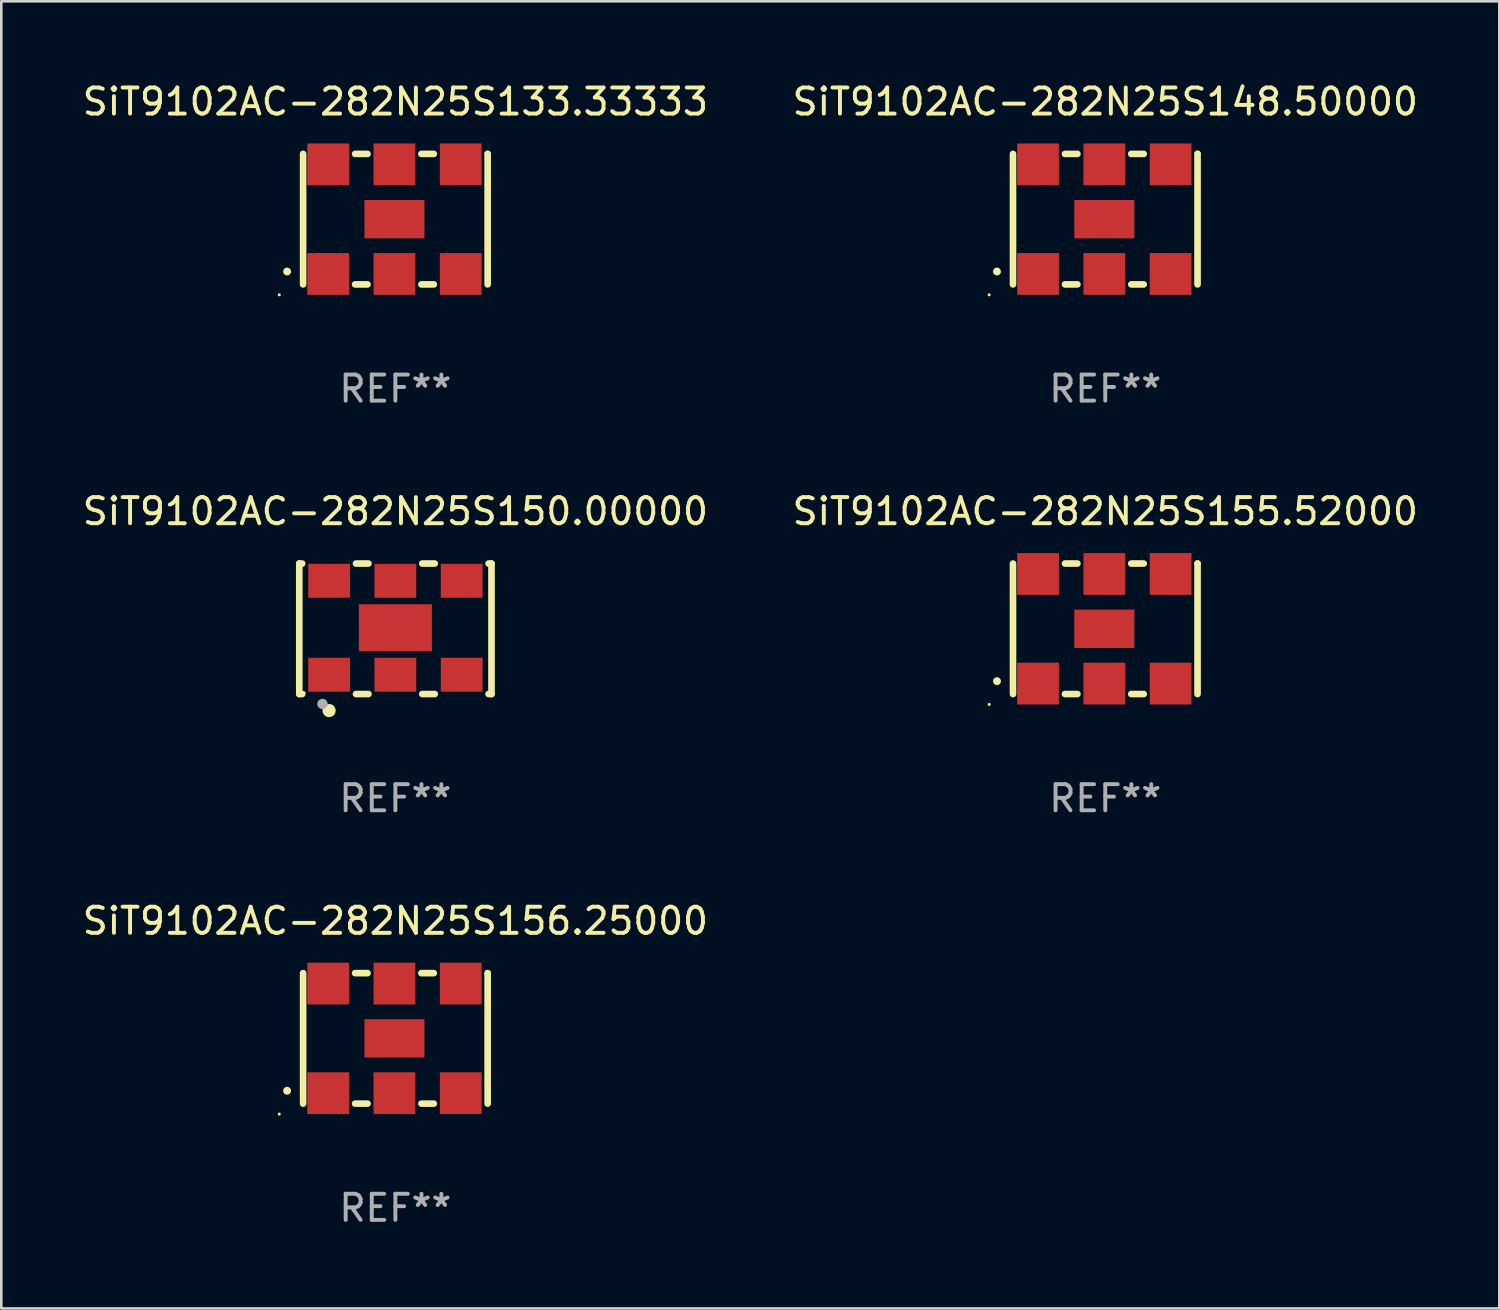
<source format=kicad_pcb>
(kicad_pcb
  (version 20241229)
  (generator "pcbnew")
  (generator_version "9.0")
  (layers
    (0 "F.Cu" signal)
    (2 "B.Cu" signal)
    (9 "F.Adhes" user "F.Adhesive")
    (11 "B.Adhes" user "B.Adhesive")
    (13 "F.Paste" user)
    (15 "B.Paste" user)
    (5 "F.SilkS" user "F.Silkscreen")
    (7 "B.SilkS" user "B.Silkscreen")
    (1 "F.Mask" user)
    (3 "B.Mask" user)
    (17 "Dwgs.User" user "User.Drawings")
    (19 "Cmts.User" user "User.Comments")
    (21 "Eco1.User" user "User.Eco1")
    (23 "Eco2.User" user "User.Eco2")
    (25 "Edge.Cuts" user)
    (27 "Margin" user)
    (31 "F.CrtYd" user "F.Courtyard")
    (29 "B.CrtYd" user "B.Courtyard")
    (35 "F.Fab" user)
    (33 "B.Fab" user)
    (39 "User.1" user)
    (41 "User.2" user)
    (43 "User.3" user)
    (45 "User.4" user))
  (footprint "SiT9102AC-282N25S156.25000"
    (layer "F.Cu")
    (at 12.101 36.741)
    (property "Reference" "SiT9102AC-282N25S156.25000" (at 0 -4.5 0) (layer "F.SilkS") (effects (font (size 1 1) (thickness 0.15))))
    (attr through_hole)
    (fp_line (start -3.536 -2.5) (end -3.536 2.5) (stroke (width 0.254) (type solid)) (layer "F.SilkS"))
    (fp_line (start -1.544 2.5) (end -1.067 2.5) (stroke (width 0.254) (type solid)) (layer "F.SilkS"))
    (fp_line (start -1.067 -2.5) (end -1.544 -2.5) (stroke (width 0.254) (type solid)) (layer "F.SilkS"))
    (fp_line (start 0.996 2.5) (end 1.473 2.5) (stroke (width 0.254) (type solid)) (layer "F.SilkS"))
    (fp_line (start 1.473 -2.5) (end 0.996 -2.5) (stroke (width 0.254) (type solid)) (layer "F.SilkS"))
    (fp_line (start 3.536 -2.5) (end 3.536 -2.5) (stroke (width 0.254) (type solid)) (layer "F.SilkS"))
    (fp_line (start 3.536 2.5) (end 3.536 -2.5) (stroke (width 0.254) (type solid)) (layer "F.SilkS"))
    (fp_arc (start -4.150432 2.006604) (mid -4.149162 2.006599) (end -4.147892 2.006604) (stroke (width 0.3) (type solid)) (layer "F.SilkS"))
    (fp_circle (center -4.449 2.9) (end -4.419 2.9) (stroke (width 0.06) (type solid)) (fill no) (layer "F.SilkS"))
    (fp_text user "REF**" (at 0 6.5 0) (layer "F.Fab") (effects (font (size 1 1) (thickness 0.15))))
    (pad "1" smd rect (at -2.576 2.1) (size 1.6 1.6) (layers "F.Cu" "F.Mask" "F.Paste"))
    (pad "2" smd rect (at -0.036 2.1) (size 1.6 1.6) (layers "F.Cu" "F.Mask" "F.Paste"))
    (pad "3" smd rect (at 2.504 2.1) (size 1.6 1.6) (layers "F.Cu" "F.Mask" "F.Paste"))
    (pad "4" smd rect (at 2.504 -2.1) (size 1.6 1.6) (layers "F.Cu" "F.Mask" "F.Paste"))
    (pad "5" smd rect (at -0.036 -2.1) (size 1.6 1.6) (layers "F.Cu" "F.Mask" "F.Paste"))
    (pad "6" smd rect (at -2.576 -2.1) (size 1.6 1.6) (layers "F.Cu" "F.Mask" "F.Paste"))
    (pad "7" smd rect (at -0.036 0) (size 2.3 1.47) (layers "F.Cu" "F.Mask" "F.Paste")))
  (footprint "SiT9102AC-282N25S133.33333"
    (layer "F.Cu")
    (at 12.101 5.348)
    (property "Reference" "SiT9102AC-282N25S133.33333" (at 0 -4.5 0) (layer "F.SilkS") (effects (font (size 1 1) (thickness 0.15))))
    (attr through_hole)
    (fp_line (start -3.536 -2.5) (end -3.536 2.5) (stroke (width 0.254) (type solid)) (layer "F.SilkS"))
    (fp_line (start -1.544 2.5) (end -1.067 2.5) (stroke (width 0.254) (type solid)) (layer "F.SilkS"))
    (fp_line (start -1.067 -2.5) (end -1.544 -2.5) (stroke (width 0.254) (type solid)) (layer "F.SilkS"))
    (fp_line (start 0.996 2.5) (end 1.473 2.5) (stroke (width 0.254) (type solid)) (layer "F.SilkS"))
    (fp_line (start 1.473 -2.5) (end 0.996 -2.5) (stroke (width 0.254) (type solid)) (layer "F.SilkS"))
    (fp_line (start 3.536 -2.5) (end 3.536 -2.5) (stroke (width 0.254) (type solid)) (layer "F.SilkS"))
    (fp_line (start 3.536 2.5) (end 3.536 -2.5) (stroke (width 0.254) (type solid)) (layer "F.SilkS"))
    (fp_arc (start -4.150432 2.006604) (mid -4.149162 2.006599) (end -4.147892 2.006604) (stroke (width 0.3) (type solid)) (layer "F.SilkS"))
    (fp_circle (center -4.449 2.9) (end -4.419 2.9) (stroke (width 0.06) (type solid)) (fill no) (layer "F.SilkS"))
    (fp_text user "REF**" (at 0 6.5 0) (layer "F.Fab") (effects (font (size 1 1) (thickness 0.15))))
    (pad "1" smd rect (at -2.576 2.1) (size 1.6 1.6) (layers "F.Cu" "F.Mask" "F.Paste"))
    (pad "2" smd rect (at -0.036 2.1) (size 1.6 1.6) (layers "F.Cu" "F.Mask" "F.Paste"))
    (pad "3" smd rect (at 2.504 2.1) (size 1.6 1.6) (layers "F.Cu" "F.Mask" "F.Paste"))
    (pad "4" smd rect (at 2.504 -2.1) (size 1.6 1.6) (layers "F.Cu" "F.Mask" "F.Paste"))
    (pad "5" smd rect (at -0.036 -2.1) (size 1.6 1.6) (layers "F.Cu" "F.Mask" "F.Paste"))
    (pad "6" smd rect (at -2.576 -2.1) (size 1.6 1.6) (layers "F.Cu" "F.Mask" "F.Paste"))
    (pad "7" smd rect (at -0.036 0) (size 2.3 1.47) (layers "F.Cu" "F.Mask" "F.Paste")))
  (footprint "SiT9102AC-282N25S155.52000"
    (layer "F.Cu")
    (at 39.304 21.045)
    (property "Reference" "SiT9102AC-282N25S155.52000" (at 0 -4.5 0) (layer "F.SilkS") (effects (font (size 1 1) (thickness 0.15))))
    (attr through_hole)
    (fp_line (start -3.536 -2.5) (end -3.536 2.5) (stroke (width 0.254) (type solid)) (layer "F.SilkS"))
    (fp_line (start -1.544 2.5) (end -1.067 2.5) (stroke (width 0.254) (type solid)) (layer "F.SilkS"))
    (fp_line (start -1.067 -2.5) (end -1.544 -2.5) (stroke (width 0.254) (type solid)) (layer "F.SilkS"))
    (fp_line (start 0.996 2.5) (end 1.473 2.5) (stroke (width 0.254) (type solid)) (layer "F.SilkS"))
    (fp_line (start 1.473 -2.5) (end 0.996 -2.5) (stroke (width 0.254) (type solid)) (layer "F.SilkS"))
    (fp_line (start 3.536 -2.5) (end 3.536 -2.5) (stroke (width 0.254) (type solid)) (layer "F.SilkS"))
    (fp_line (start 3.536 2.5) (end 3.536 -2.5) (stroke (width 0.254) (type solid)) (layer "F.SilkS"))
    (fp_arc (start -4.150432 2.006604) (mid -4.149162 2.006599) (end -4.147892 2.006604) (stroke (width 0.3) (type solid)) (layer "F.SilkS"))
    (fp_circle (center -4.449 2.9) (end -4.419 2.9) (stroke (width 0.06) (type solid)) (fill no) (layer "F.SilkS"))
    (fp_text user "REF**" (at 0 6.5 0) (layer "F.Fab") (effects (font (size 1 1) (thickness 0.15))))
    (pad "1" smd rect (at -2.576 2.1) (size 1.6 1.6) (layers "F.Cu" "F.Mask" "F.Paste"))
    (pad "2" smd rect (at -0.036 2.1) (size 1.6 1.6) (layers "F.Cu" "F.Mask" "F.Paste"))
    (pad "3" smd rect (at 2.504 2.1) (size 1.6 1.6) (layers "F.Cu" "F.Mask" "F.Paste"))
    (pad "4" smd rect (at 2.504 -2.1) (size 1.6 1.6) (layers "F.Cu" "F.Mask" "F.Paste"))
    (pad "5" smd rect (at -0.036 -2.1) (size 1.6 1.6) (layers "F.Cu" "F.Mask" "F.Paste"))
    (pad "6" smd rect (at -2.576 -2.1) (size 1.6 1.6) (layers "F.Cu" "F.Mask" "F.Paste"))
    (pad "7" smd rect (at -0.036 0) (size 2.3 1.47) (layers "F.Cu" "F.Mask" "F.Paste")))
  (footprint "SiT9102AC-282N25S148.50000"
    (layer "F.Cu")
    (at 39.304 5.348)
    (property "Reference" "SiT9102AC-282N25S148.50000" (at 0 -4.5 0) (layer "F.SilkS") (effects (font (size 1 1) (thickness 0.15))))
    (attr through_hole)
    (fp_line (start -3.536 -2.5) (end -3.536 2.5) (stroke (width 0.254) (type solid)) (layer "F.SilkS"))
    (fp_line (start -1.544 2.5) (end -1.067 2.5) (stroke (width 0.254) (type solid)) (layer "F.SilkS"))
    (fp_line (start -1.067 -2.5) (end -1.544 -2.5) (stroke (width 0.254) (type solid)) (layer "F.SilkS"))
    (fp_line (start 0.996 2.5) (end 1.473 2.5) (stroke (width 0.254) (type solid)) (layer "F.SilkS"))
    (fp_line (start 1.473 -2.5) (end 0.996 -2.5) (stroke (width 0.254) (type solid)) (layer "F.SilkS"))
    (fp_line (start 3.536 -2.5) (end 3.536 -2.5) (stroke (width 0.254) (type solid)) (layer "F.SilkS"))
    (fp_line (start 3.536 2.5) (end 3.536 -2.5) (stroke (width 0.254) (type solid)) (layer "F.SilkS"))
    (fp_arc (start -4.150432 2.006604) (mid -4.149162 2.006599) (end -4.147892 2.006604) (stroke (width 0.3) (type solid)) (layer "F.SilkS"))
    (fp_circle (center -4.449 2.9) (end -4.419 2.9) (stroke (width 0.06) (type solid)) (fill no) (layer "F.SilkS"))
    (fp_text user "REF**" (at 0 6.5 0) (layer "F.Fab") (effects (font (size 1 1) (thickness 0.15))))
    (pad "1" smd rect (at -2.576 2.1) (size 1.6 1.6) (layers "F.Cu" "F.Mask" "F.Paste"))
    (pad "2" smd rect (at -0.036 2.1) (size 1.6 1.6) (layers "F.Cu" "F.Mask" "F.Paste"))
    (pad "3" smd rect (at 2.504 2.1) (size 1.6 1.6) (layers "F.Cu" "F.Mask" "F.Paste"))
    (pad "4" smd rect (at 2.504 -2.1) (size 1.6 1.6) (layers "F.Cu" "F.Mask" "F.Paste"))
    (pad "5" smd rect (at -0.036 -2.1) (size 1.6 1.6) (layers "F.Cu" "F.Mask" "F.Paste"))
    (pad "6" smd rect (at -2.576 -2.1) (size 1.6 1.6) (layers "F.Cu" "F.Mask" "F.Paste"))
    (pad "7" smd rect (at -0.036 0) (size 2.3 1.47) (layers "F.Cu" "F.Mask" "F.Paste")))
  (footprint "SiT9102AC-282N25S150.00000"
    (layer "F.Cu")
    (at 12.101 21.045)
    (property "Reference" "SiT9102AC-282N25S150.00000" (at 0 -4.5 0) (layer "F.SilkS") (effects (font (size 1 1) (thickness 0.15))))
    (attr through_hole)
    (fp_line (start -3.683 -2.5) (end -3.571 -2.5) (stroke (width 0.254) (type solid)) (layer "F.SilkS"))
    (fp_line (start -3.683 2.5) (end -3.683 -2.5) (stroke (width 0.254) (type solid)) (layer "F.SilkS"))
    (fp_line (start -3.683 2.5) (end -3.571 2.5) (stroke (width 0.254) (type solid)) (layer "F.SilkS"))
    (fp_line (start -1.509 -2.5) (end -1.031 -2.5) (stroke (width 0.254) (type solid)) (layer "F.SilkS"))
    (fp_line (start -1.509 2.5) (end -1.031 2.5) (stroke (width 0.254) (type solid)) (layer "F.SilkS"))
    (fp_line (start 1.031 -2.5) (end 1.509 -2.5) (stroke (width 0.254) (type solid)) (layer "F.SilkS"))
    (fp_line (start 1.031 2.5) (end 1.509 2.5) (stroke (width 0.254) (type solid)) (layer "F.SilkS"))
    (fp_line (start 3.571 -2.5) (end 3.683 -2.5) (stroke (width 0.254) (type solid)) (layer "F.SilkS"))
    (fp_line (start 3.571 2.5) (end 3.683 2.5) (stroke (width 0.254) (type solid)) (layer "F.SilkS"))
    (fp_line (start 3.683 2.5) (end 3.683 -2.5) (stroke (width 0.254) (type solid)) (layer "F.SilkS"))
    (fp_circle (center -3.5 2.46) (end -3.47 2.46) (stroke (width 0.06) (type solid)) (fill no) (layer "F.SilkS"))
    (fp_circle (center -2.54 3.135) (end -2.413 3.135) (stroke (width 0.254) (type solid)) (fill no) (layer "F.SilkS"))
    (fp_circle (center -2.794 2.881) (end -2.694 2.881) (stroke (width 0.2) (type solid)) (fill no) (layer "F.Fab"))
    (fp_text user "REF**" (at 0 6.5 0) (layer "F.Fab") (effects (font (size 1 1) (thickness 0.15))))
    (pad "1" smd rect (at -2.54 1.76) (size 1.6 1.3) (layers "F.Cu" "F.Mask" "F.Paste"))
    (pad "2" smd rect (at 0 1.76) (size 1.6 1.3) (layers "F.Cu" "F.Mask" "F.Paste"))
    (pad "3" smd rect (at 2.54 1.76) (size 1.6 1.3) (layers "F.Cu" "F.Mask" "F.Paste"))
    (pad "4" smd rect (at 2.54 -1.84) (size 1.6 1.3) (layers "F.Cu" "F.Mask" "F.Paste"))
    (pad "5" smd rect (at 0 -1.84) (size 1.6 1.3) (layers "F.Cu" "F.Mask" "F.Paste"))
    (pad "6" smd rect (at -2.54 -1.84) (size 1.6 1.3) (layers "F.Cu" "F.Mask" "F.Paste"))
    (pad "7" smd rect (at 0 -0.04) (size 2.8 1.8) (layers "F.Cu" "F.Mask" "F.Paste")))
  (gr_rect
    (start -3 -3)
    (end 54.405 47.09)
    (stroke (width 0.1) (type default))
    (fill no)
    (layer "Edge.Cuts")))
</source>
